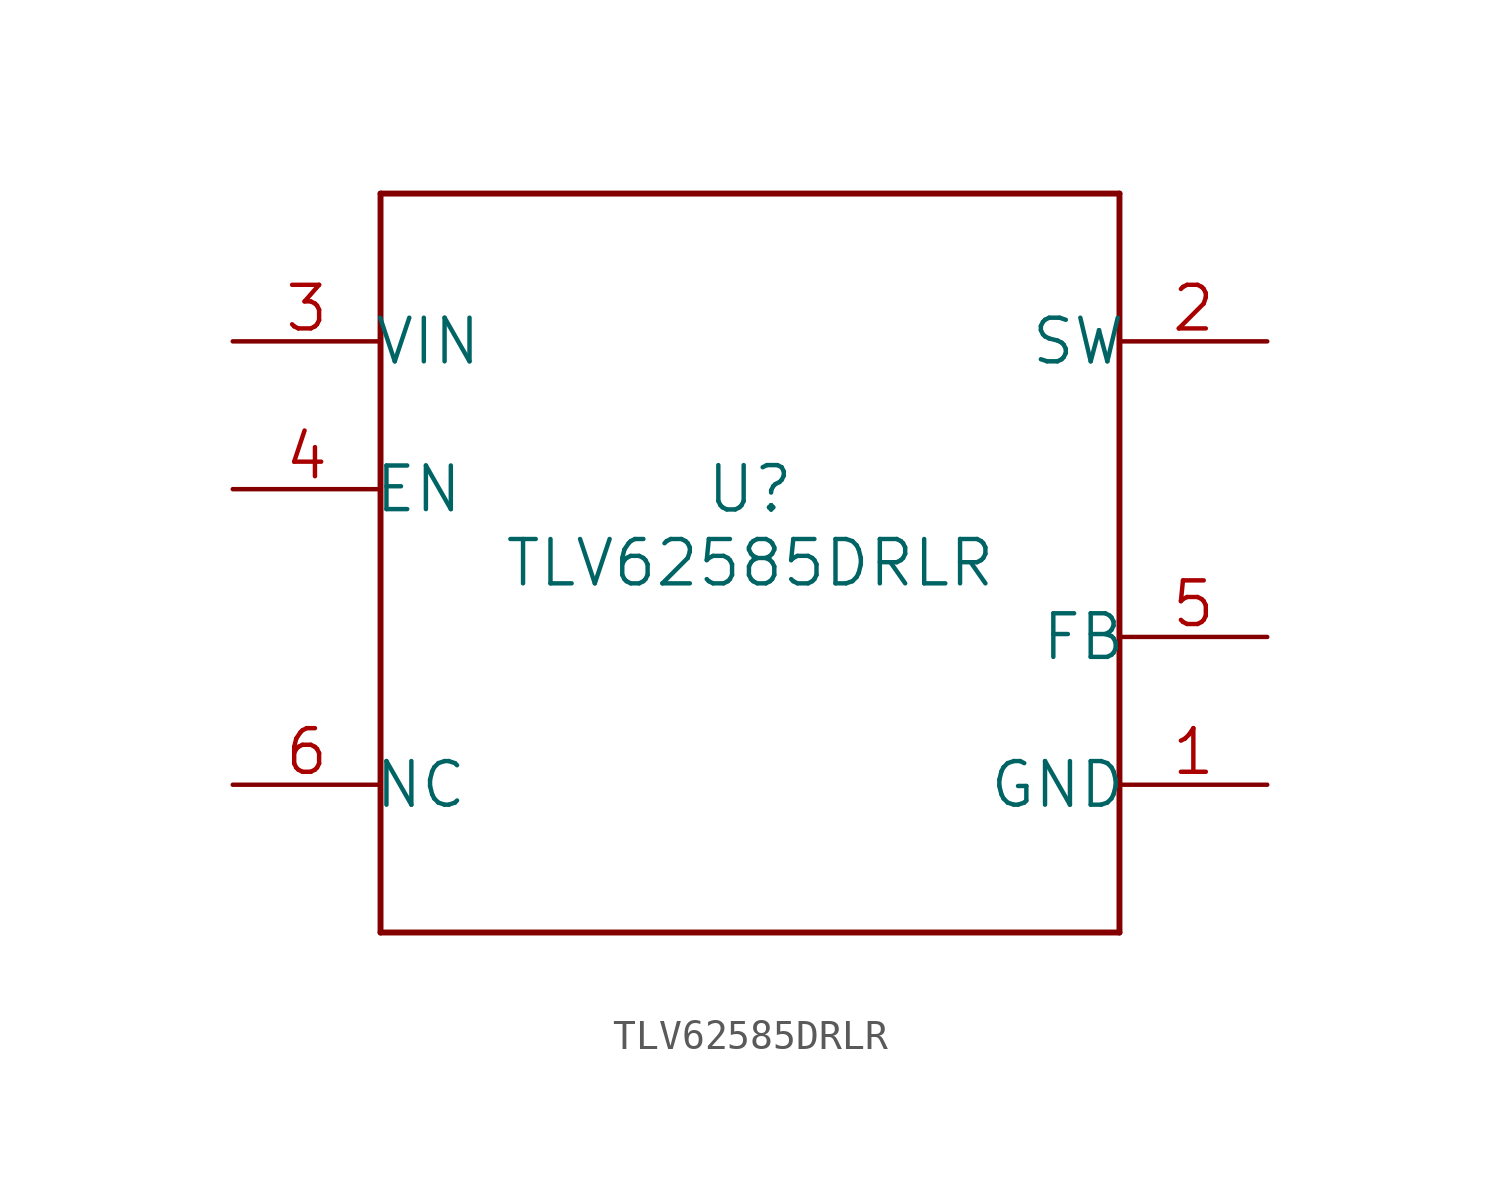
<source format=kicad_sym>
(kicad_symbol_lib
  (version 20201005)
  (generator kicad_symbol_editor)
  (symbol "TLV62585DRLR"
    (pin_names
      (offset -0.254))
    (property "Reference" "U"
      (at 0 2.54 0)
      (effects (font (size 1.524 1.524))))
    (property "Value" "TLV62585DRLR"
      (at 0 0 0)
      (effects (font (size 1.524 1.524))))
    (property "Datasheet" ""
      (at 0 0 0)
      (effects (font (size 1.524 1.524))))
    (property "ki_locked" ""
      (at 0 0 0)
      (effects (font (size 1.27 1.27))))
    (symbol "TLV62585DRLR_1_1"
      (polyline (pts (xy -12.7 -12.7) (xy 12.7 -12.7)) (stroke (width 0.203)) (fill (type none)))
      (polyline (pts (xy -12.7 12.7) (xy -12.7 -12.7)) (stroke (width 0.203)) (fill (type none)))
      (polyline (pts (xy 12.7 -12.7) (xy 12.7 12.7)) (stroke (width 0.203)) (fill (type none)))
      (polyline (pts (xy 12.7 12.7) (xy -12.7 12.7)) (stroke (width 0.203)) (fill (type none)))
      (pin power_in line (at 17.78 -7.62 180) (length 5.08) (name "GND" (effects (font (size 1.499 1.499)))) (number "1" (effects (font (size 1.499 1.499)))))
      (pin power_in line (at 17.78 7.62 180) (length 5.08) (name "SW" (effects (font (size 1.499 1.499)))) (number "2" (effects (font (size 1.499 1.499)))))
      (pin power_in line (at -17.78 7.62 0) (length 5.08) (name "VIN" (effects (font (size 1.499 1.499)))) (number "3" (effects (font (size 1.499 1.499)))))
      (pin input line (at -17.78 2.54 0) (length 5.08) (name "EN" (effects (font (size 1.499 1.499)))) (number "4" (effects (font (size 1.499 1.499)))))
      (pin input line (at 17.78 -2.54 180) (length 5.08) (name "FB" (effects (font (size 1.499 1.499)))) (number "5" (effects (font (size 1.499 1.499)))))
      (pin unspecified line (at -17.78 -7.62 0) (length 5.08) (name "NC" (effects (font (size 1.499 1.499)))) (number "6" (effects (font (size 1.499 1.499))))))))
</source>
